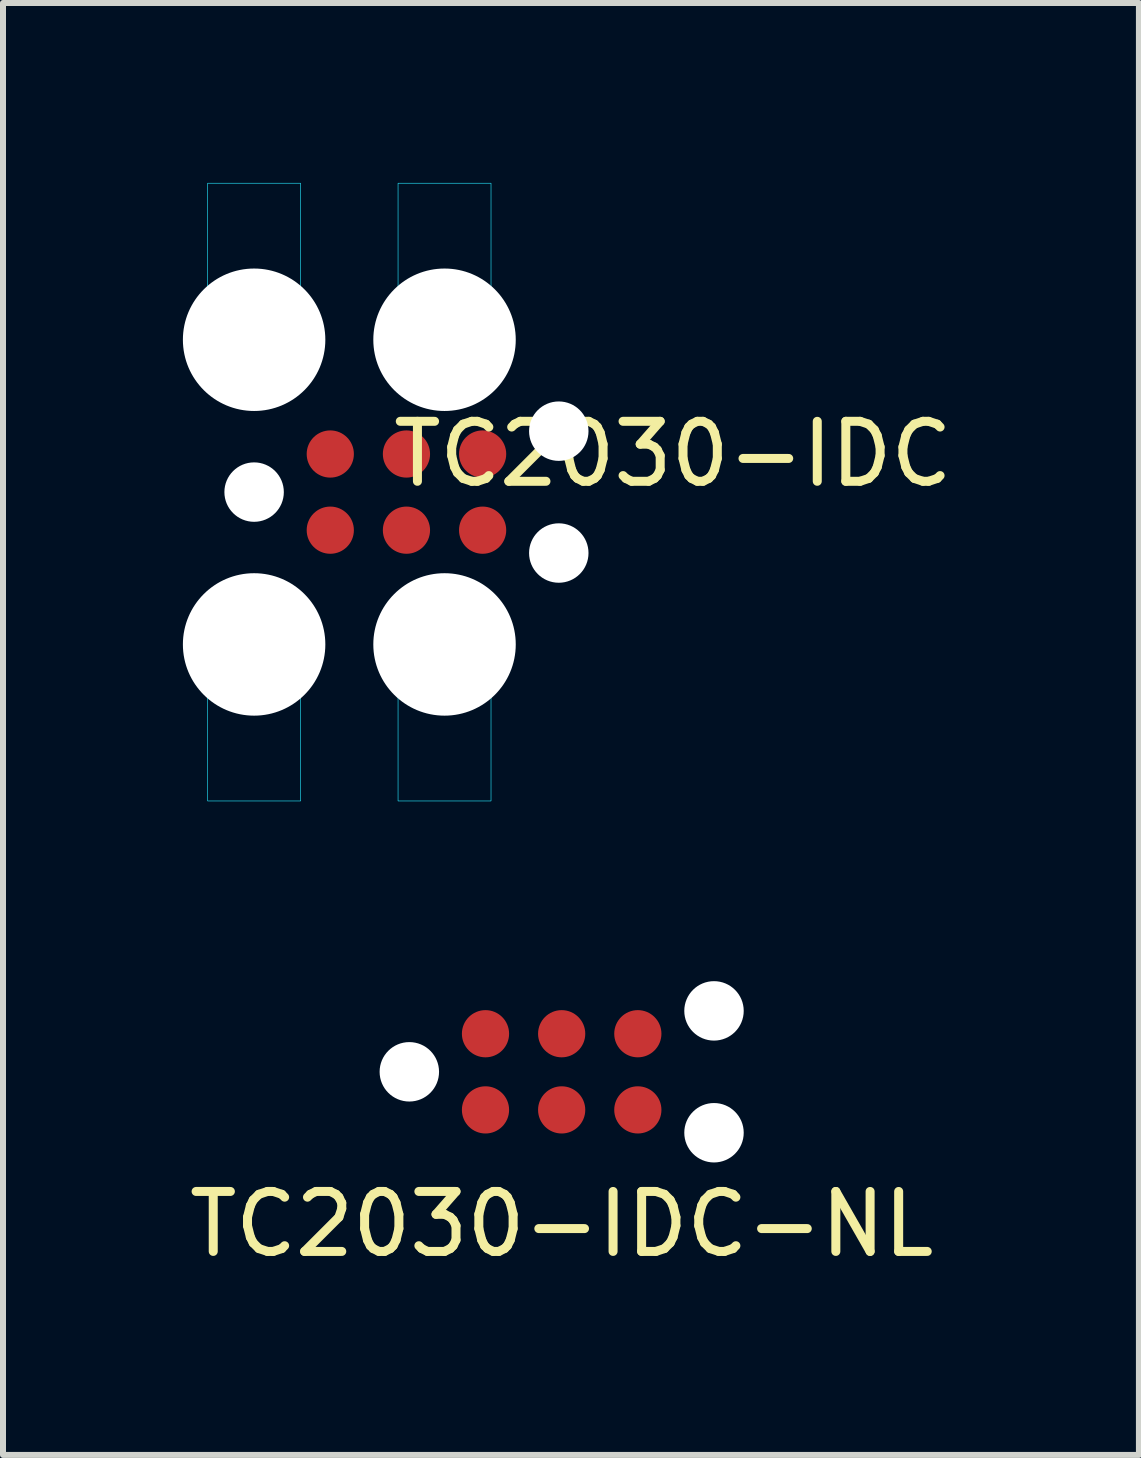
<source format=kicad_pcb>
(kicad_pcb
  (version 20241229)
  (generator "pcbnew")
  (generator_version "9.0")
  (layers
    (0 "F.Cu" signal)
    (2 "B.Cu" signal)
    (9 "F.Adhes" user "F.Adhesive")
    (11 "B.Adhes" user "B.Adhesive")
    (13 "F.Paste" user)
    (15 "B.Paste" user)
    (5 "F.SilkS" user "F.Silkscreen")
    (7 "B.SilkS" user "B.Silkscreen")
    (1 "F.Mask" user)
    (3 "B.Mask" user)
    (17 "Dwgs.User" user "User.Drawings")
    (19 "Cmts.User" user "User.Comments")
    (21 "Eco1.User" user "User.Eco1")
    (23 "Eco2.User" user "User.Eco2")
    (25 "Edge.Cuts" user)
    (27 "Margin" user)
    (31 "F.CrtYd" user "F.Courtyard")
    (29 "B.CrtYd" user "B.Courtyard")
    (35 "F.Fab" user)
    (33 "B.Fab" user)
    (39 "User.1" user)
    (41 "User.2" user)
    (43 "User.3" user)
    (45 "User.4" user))
  (footprint "TC2030-IDC"
    (layer "F.Cu")
    (at 3.727 5.155)
    (property "Reference" "TC2030-IDC" (at 4.445 -0.635 180) (layer "F.SilkS") (effects (font (size 1 1) (thickness 0.15))))
    (attr through_hole)
    (fp_poly (pts (xy -3.315 -5.15) (xy -1.765 -5.15) (xy -1.765 -2.54) (xy -3.315 -2.54)) (stroke (width 0.01) (type solid)) (fill no) (layer "B.CrtYd"))
    (fp_poly (pts (xy -3.315 2.54) (xy -1.765 2.54) (xy -1.765 5.15) (xy -3.315 5.15)) (stroke (width 0.01) (type solid)) (fill no) (layer "B.CrtYd"))
    (fp_poly (pts (xy -0.14 -5.15) (xy 1.41 -5.15) (xy 1.41 -2.54) (xy -0.14 -2.54)) (stroke (width 0.01) (type solid)) (fill no) (layer "B.CrtYd"))
    (fp_poly (pts (xy -0.14 2.54) (xy 1.41 2.54) (xy 1.41 5.15) (xy -0.14 5.15)) (stroke (width 0.01) (type solid)) (fill no) (layer "B.CrtYd"))
    (pad "" np_thru_hole circle (at -2.54 -2.54) (size 2.375 2.375) (drill 2.375) (layers "*.Cu" "*.Mask"))
    (pad "" np_thru_hole circle (at -2.54 0) (size 0.991 0.991) (drill 0.991) (layers "*.Cu" "*.Mask"))
    (pad "" np_thru_hole circle (at -2.54 2.54) (size 2.375 2.375) (drill 2.375) (layers "*.Cu" "*.Mask"))
    (pad "" np_thru_hole circle (at 0.635 -2.54) (size 2.375 2.375) (drill 2.375) (layers "*.Cu" "*.Mask"))
    (pad "" np_thru_hole circle (at 0.635 2.54) (size 2.375 2.375) (drill 2.375) (layers "*.Cu" "*.Mask"))
    (pad "" np_thru_hole circle (at 2.54 -1.016) (size 0.991 0.991) (drill 0.991) (layers "*.Cu" "*.Mask"))
    (pad "" np_thru_hole circle (at 2.54 1.016) (size 0.991 0.991) (drill 0.991) (layers "*.Cu" "*.Mask"))
    (pad "1" smd circle (at -1.27 0.635) (size 0.787 0.787) (layers "F.Cu" "F.Mask" "F.Paste"))
    (pad "2" smd circle (at -1.27 -0.635) (size 0.787 0.787) (layers "F.Cu" "F.Mask" "F.Paste"))
    (pad "3" smd circle (at 0 0.635) (size 0.787 0.787) (layers "F.Cu" "F.Mask" "F.Paste"))
    (pad "4" smd circle (at 0 -0.635) (size 0.787 0.787) (layers "F.Cu" "F.Mask" "F.Paste"))
    (pad "5" smd circle (at 1.27 0.635) (size 0.787 0.787) (layers "F.Cu" "F.Mask" "F.Paste"))
    (pad "6" smd circle (at 1.27 -0.635) (size 0.787 0.787) (layers "F.Cu" "F.Mask" "F.Paste"))
    (zone (net_name "") (layer "F.Cu") (hatch full 0.508) (connect_pads) (min_thickness 0.01) (filled_areas_thickness no) (keepout (tracks not_allowed) (vias not_allowed) (pads not_allowed) (copperpour not_allowed) (footprints allowed)) (placement (enabled no)) (fill) (polygon (pts (xy 2.457 4.52) (xy 4.997 4.52) (xy 4.997 5.79) (xy 2.457 5.79)))))
  (footprint "TC2030-IDC-NL"
    (layer "F.Cu")
    (at 6.315 14.821)
    (property "Reference" "TC2030-IDC-NL" (at 0 2.54 0) (layer "F.SilkS") (effects (font (size 1 1) (thickness 0.15))))
    (attr smd)
    (pad "" np_thru_hole circle (at -2.54 0) (size 0.991 0.991) (drill 0.991) (layers "*.Cu" "*.Mask"))
    (pad "" np_thru_hole circle (at 2.54 -1.016) (size 0.991 0.991) (drill 0.991) (layers "*.Cu" "*.Mask"))
    (pad "" np_thru_hole circle (at 2.54 1.016) (size 0.991 0.991) (drill 0.991) (layers "*.Cu" "*.Mask"))
    (pad "1" smd circle (at -1.27 0.635) (size 0.787 0.787) (layers "F.Cu" "F.Mask" "F.Paste"))
    (pad "2" smd circle (at -1.27 -0.635) (size 0.787 0.787) (layers "F.Cu" "F.Mask" "F.Paste"))
    (pad "3" smd circle (at 0 0.635) (size 0.787 0.787) (layers "F.Cu" "F.Mask" "F.Paste"))
    (pad "4" smd circle (at 0 -0.635) (size 0.787 0.787) (layers "F.Cu" "F.Mask" "F.Paste"))
    (pad "5" smd circle (at 1.27 0.635) (size 0.787 0.787) (layers "F.Cu" "F.Mask" "F.Paste"))
    (pad "6" smd circle (at 1.27 -0.635) (size 0.787 0.787) (layers "F.Cu" "F.Mask" "F.Paste"))
    (zone (net_name "") (layer "F.Cu") (hatch full 0.508) (connect_pads) (min_thickness 0.01) (filled_areas_thickness no) (keepout (tracks not_allowed) (vias not_allowed) (pads not_allowed) (copperpour not_allowed) (footprints allowed)) (placement (enabled no)) (fill) (polygon (pts (xy 5.045 14.186) (xy 7.585 14.186) (xy 7.585 15.456) (xy 5.045 15.456)))))
  (gr_rect
    (start -3 -3)
    (end 15.94 21.209)
    (stroke (width 0.1) (type default))
    (fill no)
    (layer "Edge.Cuts")))
</source>
